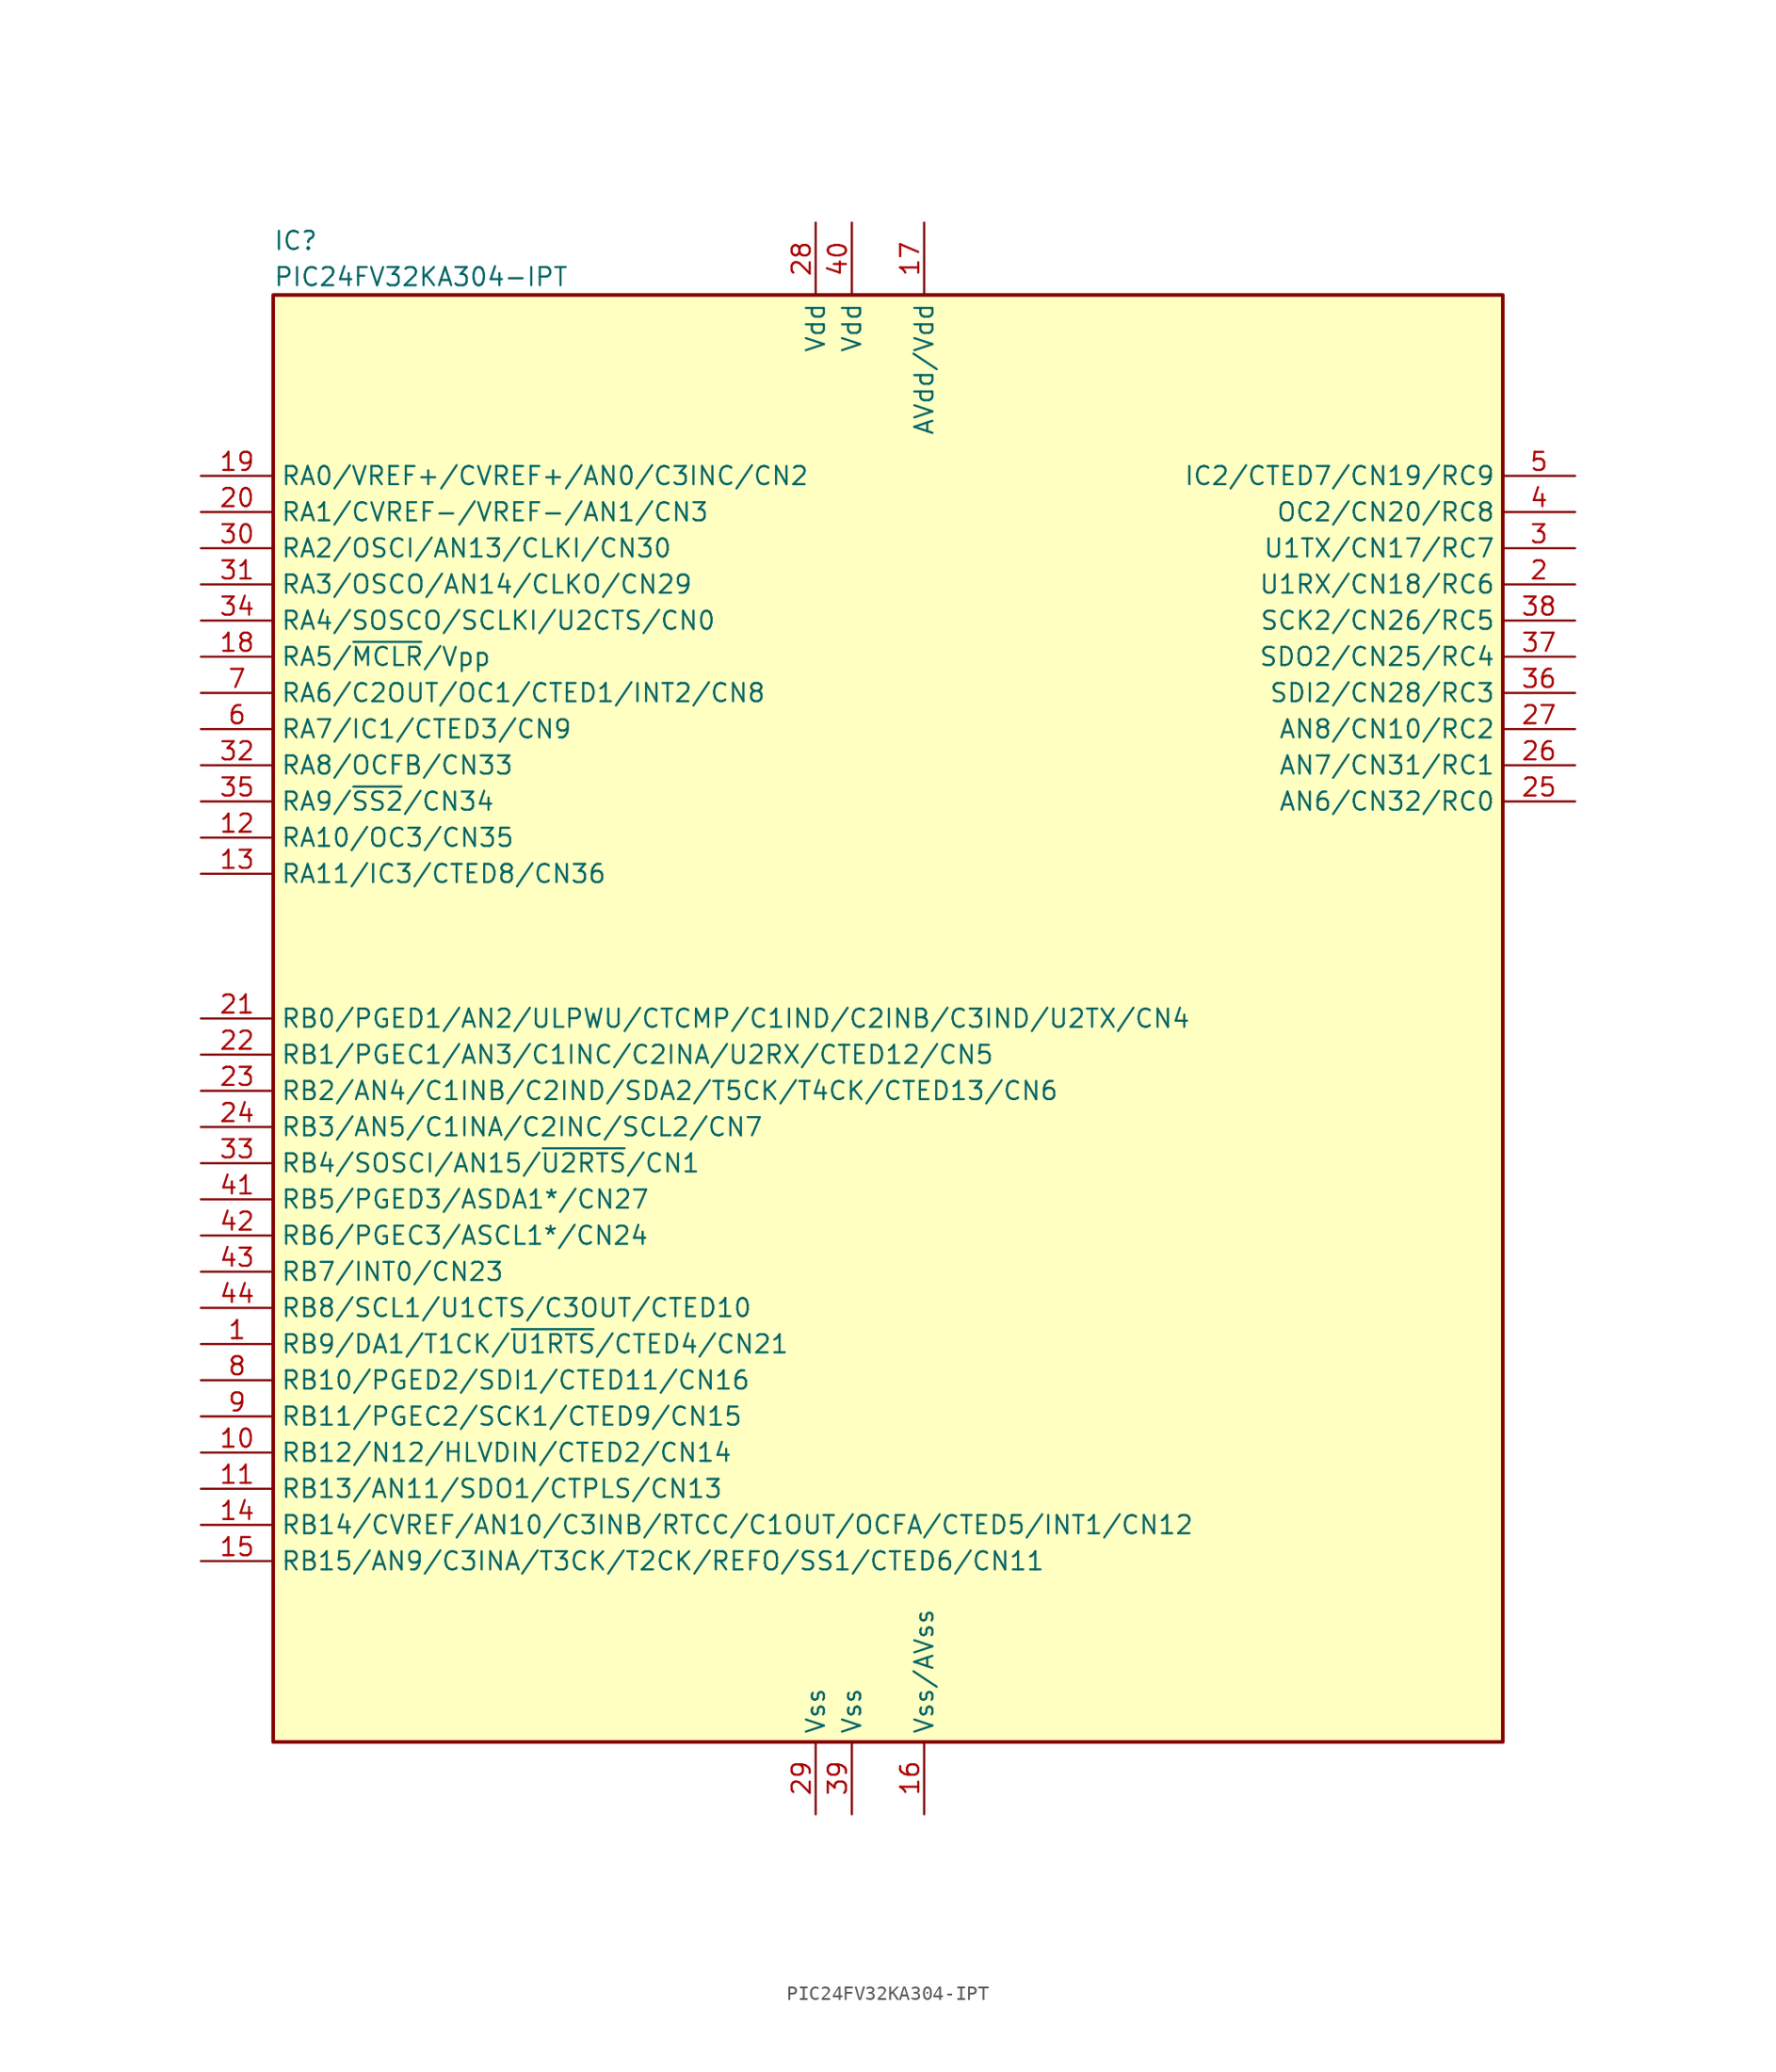
<source format=kicad_sym>
(kicad_symbol_lib
  (version 20201005)
  (generator kicad_symbol_editor)
  (symbol "MCU_Microchip_PIC24:PIC24FV32KA304-IPT"
    (property "Reference" "IC"
      (at -43.18 54.61 0)
      (effects (font (size 1.27 1.27)) (justify left)))
    (property "Value" "PIC24FV32KA304-IPT"
      (at -43.18 52.07 0)
      (effects (font (size 1.27 1.27)) (justify left)))
    (symbol "PIC24FV32KA304-IPT_1_0"
      (rectangle (start -43.18 -50.8) (end 43.18 50.8) (stroke (width 0.254)) (fill (type background))))
    (symbol "PIC24FV32KA304-IPT_1_1"
      (pin bidirectional line (at -48.26 -22.86 0) (length 5.08) (name "RB9/DA1/T1CK/~U1RTS~/CTED4/CN21" (effects (font (size 1.27 1.27)))) (number "1" (effects (font (size 1.27 1.27)))))
      (pin bidirectional line (at -48.26 -30.48 0) (length 5.08) (name "RB12/N12/HLVDIN/CTED2/CN14" (effects (font (size 1.27 1.27)))) (number "10" (effects (font (size 1.27 1.27)))))
      (pin bidirectional line (at -48.26 -33.02 0) (length 5.08) (name "RB13/AN11/SDO1/CTPLS/CN13" (effects (font (size 1.27 1.27)))) (number "11" (effects (font (size 1.27 1.27)))))
      (pin bidirectional line (at -48.26 12.7 0) (length 5.08) (name "RA10/OC3/CN35" (effects (font (size 1.27 1.27)))) (number "12" (effects (font (size 1.27 1.27)))))
      (pin bidirectional line (at -48.26 10.16 0) (length 5.08) (name "RA11/IC3/CTED8/CN36" (effects (font (size 1.27 1.27)))) (number "13" (effects (font (size 1.27 1.27)))))
      (pin bidirectional line (at -48.26 -35.56 0) (length 5.08) (name "RB14/CVREF/AN10/C3INB/RTCC/C1OUT/OCFA/CTED5/INT1/CN12" (effects (font (size 1.27 1.27)))) (number "14" (effects (font (size 1.27 1.27)))))
      (pin bidirectional line (at -48.26 -38.1 0) (length 5.08) (name "RB15/AN9/C3INA/T3CK/T2CK/REFO/SS1/CTED6/CN11" (effects (font (size 1.27 1.27)))) (number "15" (effects (font (size 1.27 1.27)))))
      (pin power_in line (at 2.54 -55.88 90) (length 5.08) (name "Vss/AVss" (effects (font (size 1.27 1.27)))) (number "16" (effects (font (size 1.27 1.27)))))
      (pin power_in line (at 2.54 55.88 270) (length 5.08) (name "AVdd/Vdd" (effects (font (size 1.27 1.27)))) (number "17" (effects (font (size 1.27 1.27)))))
      (pin bidirectional line (at -48.26 25.4 0) (length 5.08) (name "RA5/~MCLR~/Vpp" (effects (font (size 1.27 1.27)))) (number "18" (effects (font (size 1.27 1.27)))))
      (pin bidirectional line (at -48.26 38.1 0) (length 5.08) (name "RA0/VREF+/CVREF+/AN0/C3INC/CN2" (effects (font (size 1.27 1.27)))) (number "19" (effects (font (size 1.27 1.27)))))
      (pin bidirectional line (at 48.26 30.48 180) (length 5.08) (name "U1RX/CN18/RC6" (effects (font (size 1.27 1.27)))) (number "2" (effects (font (size 1.27 1.27)))))
      (pin bidirectional line (at -48.26 35.56 0) (length 5.08) (name "RA1/CVREF-/VREF-/AN1/CN3" (effects (font (size 1.27 1.27)))) (number "20" (effects (font (size 1.27 1.27)))))
      (pin bidirectional line (at -48.26 0 0) (length 5.08) (name "RB0/PGED1/AN2/ULPWU/CTCMP/C1IND/C2INB/C3IND/U2TX/CN4" (effects (font (size 1.27 1.27)))) (number "21" (effects (font (size 1.27 1.27)))))
      (pin bidirectional line (at -48.26 -2.54 0) (length 5.08) (name "RB1/PGEC1/AN3/C1INC/C2INA/U2RX/CTED12/CN5" (effects (font (size 1.27 1.27)))) (number "22" (effects (font (size 1.27 1.27)))))
      (pin bidirectional line (at -48.26 -5.08 0) (length 5.08) (name "RB2/AN4/C1INB/C2IND/SDA2/T5CK/T4CK/CTED13/CN6" (effects (font (size 1.27 1.27)))) (number "23" (effects (font (size 1.27 1.27)))))
      (pin bidirectional line (at -48.26 -7.62 0) (length 5.08) (name "RB3/AN5/C1INA/C2INC/SCL2/CN7" (effects (font (size 1.27 1.27)))) (number "24" (effects (font (size 1.27 1.27)))))
      (pin bidirectional line (at 48.26 15.24 180) (length 5.08) (name "AN6/CN32/RC0" (effects (font (size 1.27 1.27)))) (number "25" (effects (font (size 1.27 1.27)))))
      (pin bidirectional line (at 48.26 17.78 180) (length 5.08) (name "AN7/CN31/RC1" (effects (font (size 1.27 1.27)))) (number "26" (effects (font (size 1.27 1.27)))))
      (pin bidirectional line (at 48.26 20.32 180) (length 5.08) (name "AN8/CN10/RC2" (effects (font (size 1.27 1.27)))) (number "27" (effects (font (size 1.27 1.27)))))
      (pin power_in line (at -5.08 55.88 270) (length 5.08) (name "Vdd" (effects (font (size 1.27 1.27)))) (number "28" (effects (font (size 1.27 1.27)))))
      (pin power_in line (at -5.08 -55.88 90) (length 5.08) (name "Vss" (effects (font (size 1.27 1.27)))) (number "29" (effects (font (size 1.27 1.27)))))
      (pin bidirectional line (at 48.26 33.02 180) (length 5.08) (name "U1TX/CN17/RC7" (effects (font (size 1.27 1.27)))) (number "3" (effects (font (size 1.27 1.27)))))
      (pin bidirectional line (at -48.26 33.02 0) (length 5.08) (name "RA2/OSCI/AN13/CLKI/CN30" (effects (font (size 1.27 1.27)))) (number "30" (effects (font (size 1.27 1.27)))))
      (pin bidirectional line (at -48.26 30.48 0) (length 5.08) (name "RA3/OSCO/AN14/CLKO/CN29" (effects (font (size 1.27 1.27)))) (number "31" (effects (font (size 1.27 1.27)))))
      (pin bidirectional line (at -48.26 17.78 0) (length 5.08) (name "RA8/OCFB/CN33" (effects (font (size 1.27 1.27)))) (number "32" (effects (font (size 1.27 1.27)))))
      (pin bidirectional line (at -48.26 -10.16 0) (length 5.08) (name "RB4/SOSCI/AN15/~U2RTS~/CN1" (effects (font (size 1.27 1.27)))) (number "33" (effects (font (size 1.27 1.27)))))
      (pin bidirectional line (at -48.26 27.94 0) (length 5.08) (name "RA4/SOSCO/SCLKI/U2CTS/CN0" (effects (font (size 1.27 1.27)))) (number "34" (effects (font (size 1.27 1.27)))))
      (pin bidirectional line (at -48.26 15.24 0) (length 5.08) (name "RA9/~SS2~/CN34" (effects (font (size 1.27 1.27)))) (number "35" (effects (font (size 1.27 1.27)))))
      (pin bidirectional line (at 48.26 22.86 180) (length 5.08) (name "SDI2/CN28/RC3" (effects (font (size 1.27 1.27)))) (number "36" (effects (font (size 1.27 1.27)))))
      (pin bidirectional line (at 48.26 25.4 180) (length 5.08) (name "SDO2/CN25/RC4" (effects (font (size 1.27 1.27)))) (number "37" (effects (font (size 1.27 1.27)))))
      (pin bidirectional line (at 48.26 27.94 180) (length 5.08) (name "SCK2/CN26/RC5" (effects (font (size 1.27 1.27)))) (number "38" (effects (font (size 1.27 1.27)))))
      (pin power_in line (at -2.54 -55.88 90) (length 5.08) (name "Vss" (effects (font (size 1.27 1.27)))) (number "39" (effects (font (size 1.27 1.27)))))
      (pin bidirectional line (at 48.26 35.56 180) (length 5.08) (name "OC2/CN20/RC8" (effects (font (size 1.27 1.27)))) (number "4" (effects (font (size 1.27 1.27)))))
      (pin power_in line (at -2.54 55.88 270) (length 5.08) (name "Vdd" (effects (font (size 1.27 1.27)))) (number "40" (effects (font (size 1.27 1.27)))))
      (pin bidirectional line (at -48.26 -12.7 0) (length 5.08) (name "RB5/PGED3/ASDA1*/CN27" (effects (font (size 1.27 1.27)))) (number "41" (effects (font (size 1.27 1.27)))))
      (pin bidirectional line (at -48.26 -15.24 0) (length 5.08) (name "RB6/PGEC3/ASCL1*/CN24" (effects (font (size 1.27 1.27)))) (number "42" (effects (font (size 1.27 1.27)))))
      (pin bidirectional line (at -48.26 -17.78 0) (length 5.08) (name "RB7/INT0/CN23" (effects (font (size 1.27 1.27)))) (number "43" (effects (font (size 1.27 1.27)))))
      (pin bidirectional line (at -48.26 -20.32 0) (length 5.08) (name "RB8/SCL1/U1CTS/C3OUT/CTED10" (effects (font (size 1.27 1.27)))) (number "44" (effects (font (size 1.27 1.27)))))
      (pin bidirectional line (at 48.26 38.1 180) (length 5.08) (name "IC2/CTED7/CN19/RC9" (effects (font (size 1.27 1.27)))) (number "5" (effects (font (size 1.27 1.27)))))
      (pin bidirectional line (at -48.26 20.32 0) (length 5.08) (name "RA7/IC1/CTED3/CN9" (effects (font (size 1.27 1.27)))) (number "6" (effects (font (size 1.27 1.27)))))
      (pin bidirectional line (at -48.26 22.86 0) (length 5.08) (name "RA6/C2OUT/OC1/CTED1/INT2/CN8" (effects (font (size 1.27 1.27)))) (number "7" (effects (font (size 1.27 1.27)))))
      (pin bidirectional line (at -48.26 -25.4 0) (length 5.08) (name "RB10/PGED2/SDI1/CTED11/CN16" (effects (font (size 1.27 1.27)))) (number "8" (effects (font (size 1.27 1.27)))))
      (pin bidirectional line (at -48.26 -27.94 0) (length 5.08) (name "RB11/PGEC2/SCK1/CTED9/CN15" (effects (font (size 1.27 1.27)))) (number "9" (effects (font (size 1.27 1.27))))))))
</source>
